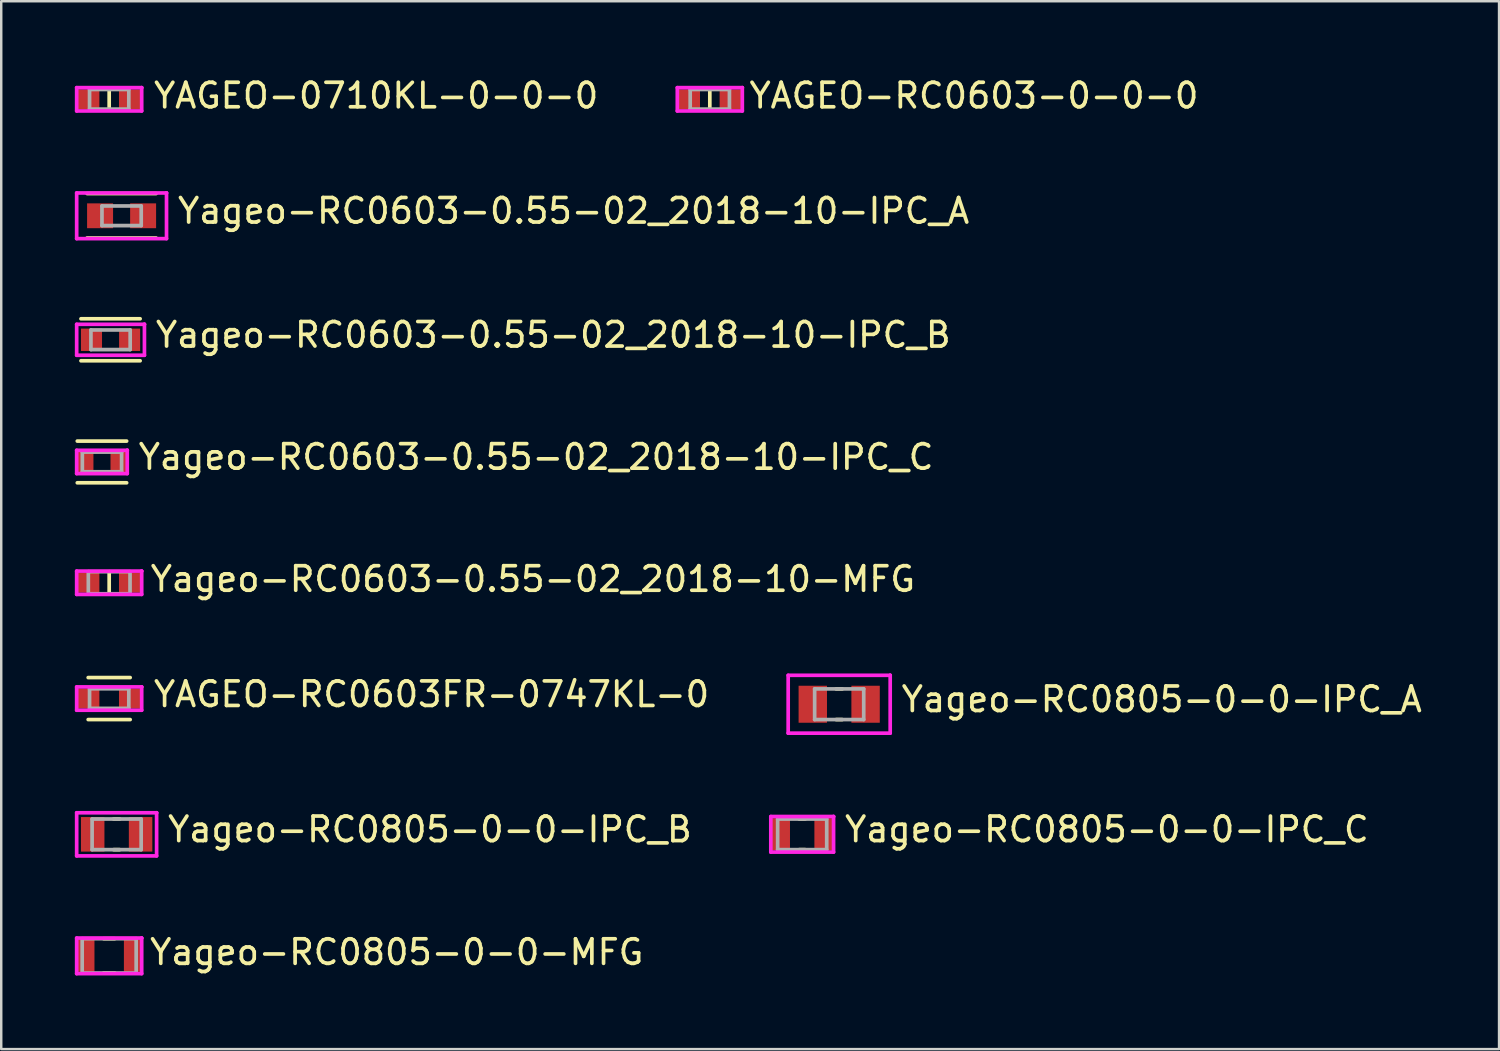
<source format=kicad_pcb>
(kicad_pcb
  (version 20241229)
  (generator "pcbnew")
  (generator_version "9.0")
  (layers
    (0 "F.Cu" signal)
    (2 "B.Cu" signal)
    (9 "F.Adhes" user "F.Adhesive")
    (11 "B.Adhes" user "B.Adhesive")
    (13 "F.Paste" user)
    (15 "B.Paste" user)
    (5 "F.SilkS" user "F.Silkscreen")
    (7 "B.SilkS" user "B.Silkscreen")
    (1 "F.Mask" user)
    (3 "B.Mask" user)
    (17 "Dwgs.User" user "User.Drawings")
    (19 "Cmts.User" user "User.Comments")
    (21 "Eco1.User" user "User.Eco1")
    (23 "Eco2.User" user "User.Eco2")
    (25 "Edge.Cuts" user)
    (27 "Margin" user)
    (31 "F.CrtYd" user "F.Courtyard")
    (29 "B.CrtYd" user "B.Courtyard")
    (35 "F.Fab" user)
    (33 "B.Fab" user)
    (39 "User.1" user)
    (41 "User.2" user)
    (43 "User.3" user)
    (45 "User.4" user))
  (footprint "Yageo-RC0603-0.55-02_2018-10-MFG"
    (layer "F.Cu")
    (at 1.4 20.702)
    (property "Reference" "Yageo-RC0603-0.55-02_2018-10-MFG" (at 1.6 -0.15 0) (layer "F.SilkS") (effects (font (size 1 1) (thickness 0.15)) (justify left)))
    (attr through_hole)
    (fp_line (start 0 -0.45) (end 0 0.45) (stroke (width 0.15) (type solid)) (layer "F.SilkS"))
    (fp_line (start -1.325 -0.475) (end -1.325 0.475) (stroke (width 0.15) (type solid)) (layer "F.CrtYd"))
    (fp_line (start -1.325 0.475) (end 1.325 0.475) (stroke (width 0.15) (type solid)) (layer "F.CrtYd"))
    (fp_line (start 1.325 -0.475) (end -1.325 -0.475) (stroke (width 0.15) (type solid)) (layer "F.CrtYd"))
    (fp_line (start 1.325 -0.475) (end 1.325 -0.475) (stroke (width 0.15) (type solid)) (layer "F.CrtYd"))
    (fp_line (start 1.325 0.475) (end 1.325 -0.475) (stroke (width 0.15) (type solid)) (layer "F.CrtYd"))
    (fp_line (start -0.85 -0.45) (end 0.85 -0.45) (stroke (width 0.15) (type solid)) (layer "F.Fab"))
    (fp_line (start -0.85 0.45) (end -0.85 -0.45) (stroke (width 0.15) (type solid)) (layer "F.Fab"))
    (fp_line (start 0.85 -0.45) (end 0.85 0.45) (stroke (width 0.15) (type solid)) (layer "F.Fab"))
    (fp_line (start 0.85 0.45) (end -0.85 0.45) (stroke (width 0.15) (type solid)) (layer "F.Fab"))
    (pad "1" smd rect (at -0.85 0) (size 0.9 0.8) (layers "F.Cu" "F.Mask" "F.Paste"))
    (pad "2" smd rect (at 0.85 0) (size 0.9 0.8) (layers "F.Cu" "F.Mask" "F.Paste")))
  (footprint "YAGEO-0710KL-0-0-0"
    (layer "F.Cu")
    (at 1.4 0.998)
    (property "Reference" "YAGEO-0710KL-0-0-0" (at 1.735 -0.15 0) (layer "F.SilkS") (effects (font (size 1 1) (thickness 0.15)) (justify left)))
    (attr through_hole)
    (fp_line (start 0 -0.4) (end 0 0.4) (stroke (width 0.15) (type solid)) (layer "F.SilkS"))
    (fp_line (start -1.325 -0.475) (end -1.325 0.475) (stroke (width 0.15) (type solid)) (layer "F.CrtYd"))
    (fp_line (start -1.325 0.475) (end 1.325 0.475) (stroke (width 0.15) (type solid)) (layer "F.CrtYd"))
    (fp_line (start 1.325 -0.475) (end -1.325 -0.475) (stroke (width 0.15) (type solid)) (layer "F.CrtYd"))
    (fp_line (start 1.325 -0.475) (end 1.325 -0.475) (stroke (width 0.15) (type solid)) (layer "F.CrtYd"))
    (fp_line (start 1.325 0.475) (end 1.325 -0.475) (stroke (width 0.15) (type solid)) (layer "F.CrtYd"))
    (fp_line (start -0.8 -0.4) (end 0.8 -0.4) (stroke (width 0.15) (type solid)) (layer "F.Fab"))
    (fp_line (start -0.8 0.4) (end -0.8 -0.4) (stroke (width 0.15) (type solid)) (layer "F.Fab"))
    (fp_line (start 0.8 -0.4) (end 0.8 0.4) (stroke (width 0.15) (type solid)) (layer "F.Fab"))
    (fp_line (start 0.8 0.4) (end -0.8 0.4) (stroke (width 0.15) (type solid)) (layer "F.Fab"))
    (pad "1" smd rect (at -0.85 0) (size 0.9 0.8) (layers "F.Cu" "F.Mask" "F.Paste"))
    (pad "2" smd rect (at 0.85 0) (size 0.9 0.8) (layers "F.Cu" "F.Mask" "F.Paste")))
  (footprint "Yageo-RC0603-0.55-02_2018-10-IPC_C"
    (layer "F.Cu")
    (at 1.106 15.778)
    (property "Reference" "Yageo-RC0603-0.55-02_2018-10-IPC_C" (at 1.406 -0.2 0) (layer "F.SilkS") (effects (font (size 1 1) (thickness 0.15)) (justify left)))
    (attr through_hole)
    (fp_line (start -1.006 -0.85) (end 1.006 -0.85) (stroke (width 0.15) (type solid)) (layer "F.SilkS"))
    (fp_line (start -1.006 0.85) (end 1.006 0.85) (stroke (width 0.15) (type solid)) (layer "F.SilkS"))
    (fp_line (start -1.031 -0.475) (end -1.031 0.475) (stroke (width 0.15) (type solid)) (layer "F.CrtYd"))
    (fp_line (start -1.031 0.475) (end 1.031 0.475) (stroke (width 0.15) (type solid)) (layer "F.CrtYd"))
    (fp_line (start 1.031 -0.475) (end -1.031 -0.475) (stroke (width 0.15) (type solid)) (layer "F.CrtYd"))
    (fp_line (start 1.031 -0.475) (end 1.031 -0.475) (stroke (width 0.15) (type solid)) (layer "F.CrtYd"))
    (fp_line (start 1.031 0.475) (end 1.031 -0.475) (stroke (width 0.15) (type solid)) (layer "F.CrtYd"))
    (fp_line (start -0.8 -0.4) (end 0.8 -0.4) (stroke (width 0.15) (type solid)) (layer "F.Fab"))
    (fp_line (start -0.8 0.4) (end -0.8 -0.4) (stroke (width 0.15) (type solid)) (layer "F.Fab"))
    (fp_line (start 0.8 -0.4) (end 0.8 0.4) (stroke (width 0.15) (type solid)) (layer "F.Fab"))
    (fp_line (start 0.8 0.4) (end -0.8 0.4) (stroke (width 0.15) (type solid)) (layer "F.Fab"))
    (pad "1" smd rect (at -0.677 0) (size 0.659 0.812) (layers "F.Cu" "F.Mask" "F.Paste"))
    (pad "2" smd rect (at 0.677 0) (size 0.659 0.812) (layers "F.Cu" "F.Mask" "F.Paste")))
  (footprint "Yageo-RC0805-0-0-IPC_A"
    (layer "F.Cu")
    (at 31.154 25.654)
    (property "Reference" "Yageo-RC0805-0-0-IPC_A" (at 2.454 -0.2 0) (layer "F.SilkS") (effects (font (size 1 1) (thickness 0.15)) (justify left)))
    (attr through_hole)
    (fp_line (start -0.123 -0.625) (end 0.123 -0.625) (stroke (width 0.15) (type solid)) (layer "F.SilkS"))
    (fp_line (start -0.123 0.625) (end 0.123 0.625) (stroke (width 0.15) (type solid)) (layer "F.SilkS"))
    (fp_line (start -2.079 -1.179) (end -2.079 1.179) (stroke (width 0.15) (type solid)) (layer "F.CrtYd"))
    (fp_line (start -2.079 1.179) (end 2.079 1.179) (stroke (width 0.15) (type solid)) (layer "F.CrtYd"))
    (fp_line (start 2.079 -1.179) (end -2.079 -1.179) (stroke (width 0.15) (type solid)) (layer "F.CrtYd"))
    (fp_line (start 2.079 -1.179) (end 2.079 -1.179) (stroke (width 0.15) (type solid)) (layer "F.CrtYd"))
    (fp_line (start 2.079 1.179) (end 2.079 -1.179) (stroke (width 0.15) (type solid)) (layer "F.CrtYd"))
    (fp_line (start -1 -0.625) (end 1 -0.625) (stroke (width 0.15) (type solid)) (layer "F.Fab"))
    (fp_line (start -1 0.625) (end -1 -0.625) (stroke (width 0.15) (type solid)) (layer "F.Fab"))
    (fp_line (start 1 -0.625) (end 1 0.625) (stroke (width 0.15) (type solid)) (layer "F.Fab"))
    (fp_line (start 1 0.625) (end -1 0.625) (stroke (width 0.15) (type solid)) (layer "F.Fab"))
    (pad "1" smd rect (at -1.076 0) (size 1.157 1.508) (layers "F.Cu" "F.Mask" "F.Paste"))
    (pad "2" smd rect (at 1.076 0) (size 1.157 1.508) (layers "F.Cu" "F.Mask" "F.Paste")))
  (footprint "Yageo-RC0805-0-0-IPC_C"
    (layer "F.Cu")
    (at 29.646 30.956)
    (property "Reference" "Yageo-RC0805-0-0-IPC_C" (at 1.654 -0.2 0) (layer "F.SilkS") (effects (font (size 1 1) (thickness 0.15)) (justify left)))
    (attr through_hole)
    (fp_line (start -0.123 -0.625) (end 0.123 -0.625) (stroke (width 0.15) (type solid)) (layer "F.SilkS"))
    (fp_line (start -0.123 0.625) (end 0.123 0.625) (stroke (width 0.15) (type solid)) (layer "F.SilkS"))
    (fp_line (start -1.279 -0.725) (end -1.279 0.725) (stroke (width 0.15) (type solid)) (layer "F.CrtYd"))
    (fp_line (start -1.279 0.725) (end 1.279 0.725) (stroke (width 0.15) (type solid)) (layer "F.CrtYd"))
    (fp_line (start 1.279 -0.725) (end -1.279 -0.725) (stroke (width 0.15) (type solid)) (layer "F.CrtYd"))
    (fp_line (start 1.279 -0.725) (end 1.279 -0.725) (stroke (width 0.15) (type solid)) (layer "F.CrtYd"))
    (fp_line (start 1.279 0.725) (end 1.279 -0.725) (stroke (width 0.15) (type solid)) (layer "F.CrtYd"))
    (fp_line (start -1 -0.625) (end 1 -0.625) (stroke (width 0.15) (type solid)) (layer "F.Fab"))
    (fp_line (start -1 0.625) (end -1 -0.625) (stroke (width 0.15) (type solid)) (layer "F.Fab"))
    (fp_line (start 1 -0.625) (end 1 0.625) (stroke (width 0.15) (type solid)) (layer "F.Fab"))
    (fp_line (start 1 0.625) (end -1 0.625) (stroke (width 0.15) (type solid)) (layer "F.Fab"))
    (pad "1" smd rect (at -0.876 0) (size 0.757 1.308) (layers "F.Cu" "F.Mask" "F.Paste"))
    (pad "2" smd rect (at 0.876 0) (size 0.757 1.308) (layers "F.Cu" "F.Mask" "F.Paste")))
  (footprint "Yageo-RC0805-0-0-MFG"
    (layer "F.Cu")
    (at 1.4 35.909)
    (property "Reference" "Yageo-RC0805-0-0-MFG" (at 1.575 -0.15 0) (layer "F.SilkS") (effects (font (size 1 1) (thickness 0.15)) (justify left)))
    (attr through_hole)
    (fp_line (start -0.225 -0.7) (end 0.225 -0.7) (stroke (width 0.15) (type solid)) (layer "F.SilkS"))
    (fp_line (start -0.225 0.7) (end 0.225 0.7) (stroke (width 0.15) (type solid)) (layer "F.SilkS"))
    (fp_line (start -1.325 -0.725) (end -1.325 0.725) (stroke (width 0.15) (type solid)) (layer "F.CrtYd"))
    (fp_line (start -1.325 0.725) (end 1.325 0.725) (stroke (width 0.15) (type solid)) (layer "F.CrtYd"))
    (fp_line (start 1.325 -0.725) (end -1.325 -0.725) (stroke (width 0.15) (type solid)) (layer "F.CrtYd"))
    (fp_line (start 1.325 -0.725) (end 1.325 -0.725) (stroke (width 0.15) (type solid)) (layer "F.CrtYd"))
    (fp_line (start 1.325 0.725) (end 1.325 -0.725) (stroke (width 0.15) (type solid)) (layer "F.CrtYd"))
    (fp_line (start -1.1 -0.7) (end 1.1 -0.7) (stroke (width 0.15) (type solid)) (layer "F.Fab"))
    (fp_line (start -1.1 0.7) (end -1.1 -0.7) (stroke (width 0.15) (type solid)) (layer "F.Fab"))
    (fp_line (start 1.1 -0.7) (end 1.1 0.7) (stroke (width 0.15) (type solid)) (layer "F.Fab"))
    (fp_line (start 1.1 0.7) (end -1.1 0.7) (stroke (width 0.15) (type solid)) (layer "F.Fab"))
    (pad "1" smd rect (at -0.95 0) (size 0.7 1.3) (layers "F.Cu" "F.Mask" "F.Paste"))
    (pad "2" smd rect (at 0.95 0) (size 0.7 1.3) (layers "F.Cu" "F.Mask" "F.Paste")))
  (footprint "Yageo-RC0603-0.55-02_2018-10-IPC_B"
    (layer "F.Cu")
    (at 1.456 10.799)
    (property "Reference" "Yageo-RC0603-0.55-02_2018-10-IPC_B" (at 1.756 -0.2 0) (layer "F.SilkS") (effects (font (size 1 1) (thickness 0.15)) (justify left)))
    (attr through_hole)
    (fp_line (start -1.206 -0.856) (end 1.206 -0.856) (stroke (width 0.15) (type solid)) (layer "F.SilkS"))
    (fp_line (start -1.206 0.856) (end 1.206 0.856) (stroke (width 0.15) (type solid)) (layer "F.SilkS"))
    (fp_line (start -1.381 -0.631) (end -1.381 0.631) (stroke (width 0.15) (type solid)) (layer "F.CrtYd"))
    (fp_line (start -1.381 0.631) (end 1.381 0.631) (stroke (width 0.15) (type solid)) (layer "F.CrtYd"))
    (fp_line (start 1.381 -0.631) (end -1.381 -0.631) (stroke (width 0.15) (type solid)) (layer "F.CrtYd"))
    (fp_line (start 1.381 -0.631) (end 1.381 -0.631) (stroke (width 0.15) (type solid)) (layer "F.CrtYd"))
    (fp_line (start 1.381 0.631) (end 1.381 -0.631) (stroke (width 0.15) (type solid)) (layer "F.CrtYd"))
    (fp_line (start -0.8 -0.4) (end 0.8 -0.4) (stroke (width 0.15) (type solid)) (layer "F.Fab"))
    (fp_line (start -0.8 0.4) (end -0.8 -0.4) (stroke (width 0.15) (type solid)) (layer "F.Fab"))
    (fp_line (start 0.8 -0.4) (end 0.8 0.4) (stroke (width 0.15) (type solid)) (layer "F.Fab"))
    (fp_line (start 0.8 0.4) (end -0.8 0.4) (stroke (width 0.15) (type solid)) (layer "F.Fab"))
    (pad "1" smd rect (at -0.777 0) (size 0.859 0.912) (layers "F.Cu" "F.Mask" "F.Paste"))
    (pad "2" smd rect (at 0.777 0) (size 0.859 0.912) (layers "F.Cu" "F.Mask" "F.Paste")))
  (footprint "Yageo-RC0603-0.55-02_2018-10-IPC_A"
    (layer "F.Cu")
    (at 1.906 5.745)
    (property "Reference" "Yageo-RC0603-0.55-02_2018-10-IPC_A" (at 2.206 -0.2 0) (layer "F.SilkS") (effects (font (size 1 1) (thickness 0.15)) (justify left)))
    (attr through_hole)
    (fp_line (start -1.406 -0.906) (end 1.406 -0.906) (stroke (width 0.15) (type solid)) (layer "F.SilkS"))
    (fp_line (start -1.406 0.906) (end 1.406 0.906) (stroke (width 0.15) (type solid)) (layer "F.SilkS"))
    (fp_line (start -1.831 -0.931) (end -1.831 0.931) (stroke (width 0.15) (type solid)) (layer "F.CrtYd"))
    (fp_line (start -1.831 0.931) (end 1.831 0.931) (stroke (width 0.15) (type solid)) (layer "F.CrtYd"))
    (fp_line (start 1.831 -0.931) (end -1.831 -0.931) (stroke (width 0.15) (type solid)) (layer "F.CrtYd"))
    (fp_line (start 1.831 -0.931) (end 1.831 -0.931) (stroke (width 0.15) (type solid)) (layer "F.CrtYd"))
    (fp_line (start 1.831 0.931) (end 1.831 -0.931) (stroke (width 0.15) (type solid)) (layer "F.CrtYd"))
    (fp_line (start -0.8 -0.4) (end 0.8 -0.4) (stroke (width 0.15) (type solid)) (layer "F.Fab"))
    (fp_line (start -0.8 0.4) (end -0.8 -0.4) (stroke (width 0.15) (type solid)) (layer "F.Fab"))
    (fp_line (start 0.8 -0.4) (end 0.8 0.4) (stroke (width 0.15) (type solid)) (layer "F.Fab"))
    (fp_line (start 0.8 0.4) (end -0.8 0.4) (stroke (width 0.15) (type solid)) (layer "F.Fab"))
    (pad "1" smd rect (at -0.877 0) (size 1.059 1.012) (layers "F.Cu" "F.Mask" "F.Paste"))
    (pad "2" smd rect (at 0.877 0) (size 1.059 1.012) (layers "F.Cu" "F.Mask" "F.Paste")))
  (footprint "YAGEO-RC0603FR-0747KL-0"
    (layer "F.Cu")
    (at 1.4 25.423)
    (property "Reference" "YAGEO-RC0603FR-0747KL-0" (at 1.731 -0.175 0) (layer "F.SilkS") (effects (font (size 1 1) (thickness 0.15)) (justify left)))
    (attr through_hole)
    (fp_line (start -0.856 -0.856) (end 0.856 -0.856) (stroke (width 0.15) (type solid)) (layer "F.SilkS"))
    (fp_line (start -0.856 0.856) (end 0.856 0.856) (stroke (width 0.15) (type solid)) (layer "F.SilkS"))
    (fp_line (start -1.325 -0.475) (end -1.325 0.475) (stroke (width 0.15) (type solid)) (layer "F.CrtYd"))
    (fp_line (start -1.325 0.475) (end 1.325 0.475) (stroke (width 0.15) (type solid)) (layer "F.CrtYd"))
    (fp_line (start 1.325 -0.475) (end -1.325 -0.475) (stroke (width 0.15) (type solid)) (layer "F.CrtYd"))
    (fp_line (start 1.325 -0.475) (end 1.325 -0.475) (stroke (width 0.15) (type solid)) (layer "F.CrtYd"))
    (fp_line (start 1.325 0.475) (end 1.325 -0.475) (stroke (width 0.15) (type solid)) (layer "F.CrtYd"))
    (fp_line (start -0.8 -0.4) (end 0.8 -0.4) (stroke (width 0.15) (type solid)) (layer "F.Fab"))
    (fp_line (start -0.8 0.4) (end -0.8 -0.4) (stroke (width 0.15) (type solid)) (layer "F.Fab"))
    (fp_line (start 0.8 -0.4) (end 0.8 0.4) (stroke (width 0.15) (type solid)) (layer "F.Fab"))
    (fp_line (start 0.8 0.4) (end -0.8 0.4) (stroke (width 0.15) (type solid)) (layer "F.Fab"))
    (pad "1" smd rect (at -0.85 0) (size 0.9 0.8) (layers "F.Cu" "F.Mask" "F.Paste"))
    (pad "2" smd rect (at 0.85 0) (size 0.9 0.8) (layers "F.Cu" "F.Mask" "F.Paste")))
  (footprint "Yageo-RC0805-0-0-IPC_B"
    (layer "F.Cu")
    (at 1.704 30.956)
    (property "Reference" "Yageo-RC0805-0-0-IPC_B" (at 2.004 -0.2 0) (layer "F.SilkS") (effects (font (size 1 1) (thickness 0.15)) (justify left)))
    (attr through_hole)
    (fp_line (start -0.123 -0.625) (end 0.123 -0.625) (stroke (width 0.15) (type solid)) (layer "F.SilkS"))
    (fp_line (start -0.123 0.625) (end 0.123 0.625) (stroke (width 0.15) (type solid)) (layer "F.SilkS"))
    (fp_line (start -1.629 -0.879) (end -1.629 0.879) (stroke (width 0.15) (type solid)) (layer "F.CrtYd"))
    (fp_line (start -1.629 0.879) (end 1.629 0.879) (stroke (width 0.15) (type solid)) (layer "F.CrtYd"))
    (fp_line (start 1.629 -0.879) (end -1.629 -0.879) (stroke (width 0.15) (type solid)) (layer "F.CrtYd"))
    (fp_line (start 1.629 -0.879) (end 1.629 -0.879) (stroke (width 0.15) (type solid)) (layer "F.CrtYd"))
    (fp_line (start 1.629 0.879) (end 1.629 -0.879) (stroke (width 0.15) (type solid)) (layer "F.CrtYd"))
    (fp_line (start -1 -0.625) (end 1 -0.625) (stroke (width 0.15) (type solid)) (layer "F.Fab"))
    (fp_line (start -1 0.625) (end -1 -0.625) (stroke (width 0.15) (type solid)) (layer "F.Fab"))
    (fp_line (start 1 -0.625) (end 1 0.625) (stroke (width 0.15) (type solid)) (layer "F.Fab"))
    (fp_line (start 1 0.625) (end -1 0.625) (stroke (width 0.15) (type solid)) (layer "F.Fab"))
    (pad "1" smd rect (at -0.976 0) (size 0.957 1.408) (layers "F.Cu" "F.Mask" "F.Paste"))
    (pad "2" smd rect (at 0.976 0) (size 0.957 1.408) (layers "F.Cu" "F.Mask" "F.Paste")))
  (footprint "YAGEO-RC0603-0-0-0"
    (layer "F.Cu")
    (at 25.881 0.998)
    (property "Reference" "YAGEO-RC0603-0-0-0" (at 1.525 -0.15 0) (layer "F.SilkS") (effects (font (size 1 1) (thickness 0.15)) (justify left)))
    (attr through_hole)
    (fp_line (start 0 0.4) (end 0 -0.4) (stroke (width 0.15) (type solid)) (layer "F.SilkS"))
    (fp_line (start -1.325 -0.475) (end -1.325 0.475) (stroke (width 0.15) (type solid)) (layer "F.CrtYd"))
    (fp_line (start -1.325 0.475) (end 1.325 0.475) (stroke (width 0.15) (type solid)) (layer "F.CrtYd"))
    (fp_line (start 1.325 -0.475) (end -1.325 -0.475) (stroke (width 0.15) (type solid)) (layer "F.CrtYd"))
    (fp_line (start 1.325 -0.475) (end 1.325 -0.475) (stroke (width 0.15) (type solid)) (layer "F.CrtYd"))
    (fp_line (start 1.325 0.475) (end 1.325 -0.475) (stroke (width 0.15) (type solid)) (layer "F.CrtYd"))
    (fp_line (start -0.8 -0.4) (end 0.8 -0.4) (stroke (width 0.15) (type solid)) (layer "F.Fab"))
    (fp_line (start -0.8 0.4) (end -0.8 -0.4) (stroke (width 0.15) (type solid)) (layer "F.Fab"))
    (fp_line (start 0.8 -0.4) (end 0.8 0.4) (stroke (width 0.15) (type solid)) (layer "F.Fab"))
    (fp_line (start 0.8 0.4) (end -0.8 0.4) (stroke (width 0.15) (type solid)) (layer "F.Fab"))
    (pad "1" smd rect (at -0.85 0) (size 0.9 0.8) (layers "F.Cu" "F.Mask" "F.Paste"))
    (pad "2" smd rect (at 0.85 0) (size 0.9 0.8) (layers "F.Cu" "F.Mask" "F.Paste")))
  (gr_rect
    (start -3 -3)
    (end 58.049 39.709)
    (stroke (width 0.1) (type default))
    (fill no)
    (layer "Edge.Cuts")))
</source>
